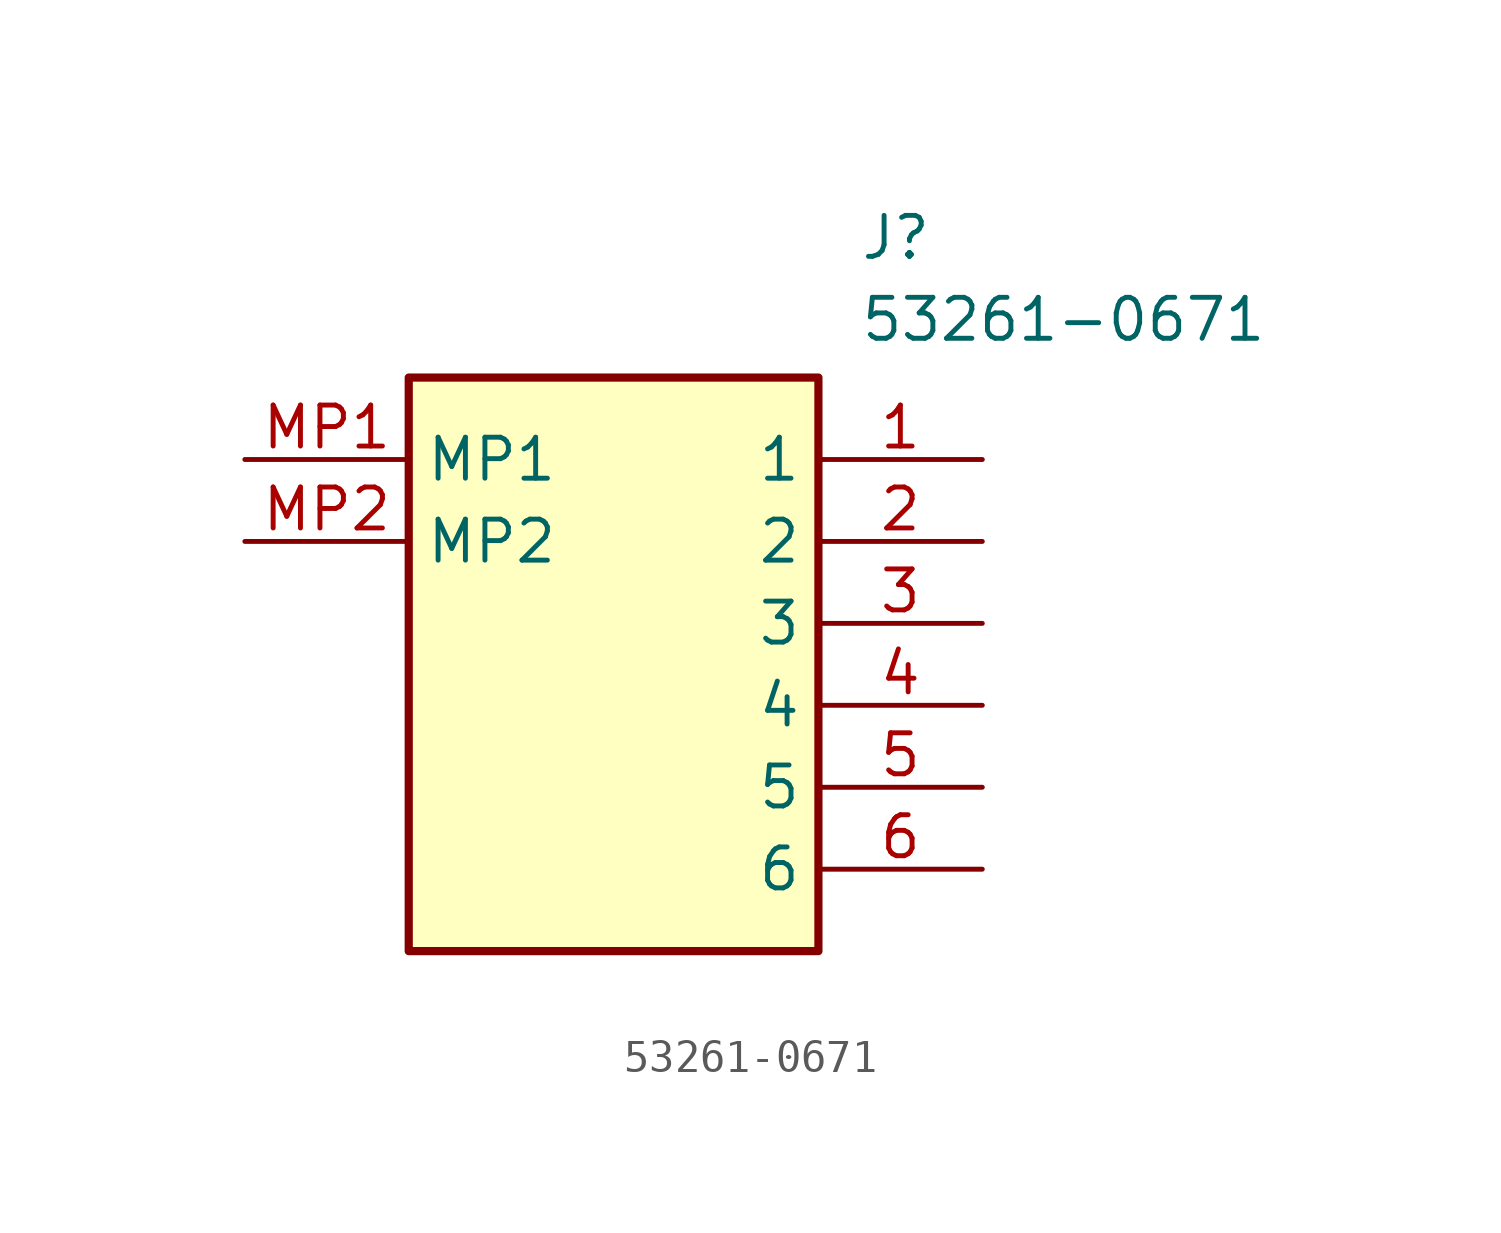
<source format=kicad_sym>
(kicad_symbol_lib
  (version 20211014)
  (generator SamacSys_ECAD_Model)
  (symbol "53261-0671"
    (property "Reference" "J"
      (at 19.05 7.62 0)
      (effects (font (size 1.27 1.27)) (justify left top)))
    (property "Value" "53261-0671"
      (at 19.05 5.08 0)
      (effects (font (size 1.27 1.27)) (justify left top)))
    (rectangle
      (start 5.08 2.54)
      (end 17.78 -15.24)
      (stroke (width 0.254) (type default))
      (fill (type background)))
    (pin passive line
      (at 22.86 0 180)
      (length 5.08)
      (name "1" (effects (font (size 1.27 1.27))))
      (number "1" (effects (font (size 1.27 1.27)))))
    (pin passive line
      (at 22.86 -2.54 180)
      (length 5.08)
      (name "2" (effects (font (size 1.27 1.27))))
      (number "2" (effects (font (size 1.27 1.27)))))
    (pin passive line
      (at 22.86 -5.08 180)
      (length 5.08)
      (name "3" (effects (font (size 1.27 1.27))))
      (number "3" (effects (font (size 1.27 1.27)))))
    (pin passive line
      (at 22.86 -7.62 180)
      (length 5.08)
      (name "4" (effects (font (size 1.27 1.27))))
      (number "4" (effects (font (size 1.27 1.27)))))
    (pin passive line
      (at 22.86 -10.16 180)
      (length 5.08)
      (name "5" (effects (font (size 1.27 1.27))))
      (number "5" (effects (font (size 1.27 1.27)))))
    (pin passive line
      (at 22.86 -12.7 180)
      (length 5.08)
      (name "6" (effects (font (size 1.27 1.27))))
      (number "6" (effects (font (size 1.27 1.27)))))
    (pin passive line
      (at 0 0 0)
      (length 5.08)
      (name "MP1" (effects (font (size 1.27 1.27))))
      (number "MP1" (effects (font (size 1.27 1.27)))))
    (pin passive line
      (at 0 -2.54 0)
      (length 5.08)
      (name "MP2" (effects (font (size 1.27 1.27))))
      (number "MP2" (effects (font (size 1.27 1.27)))))))
</source>
